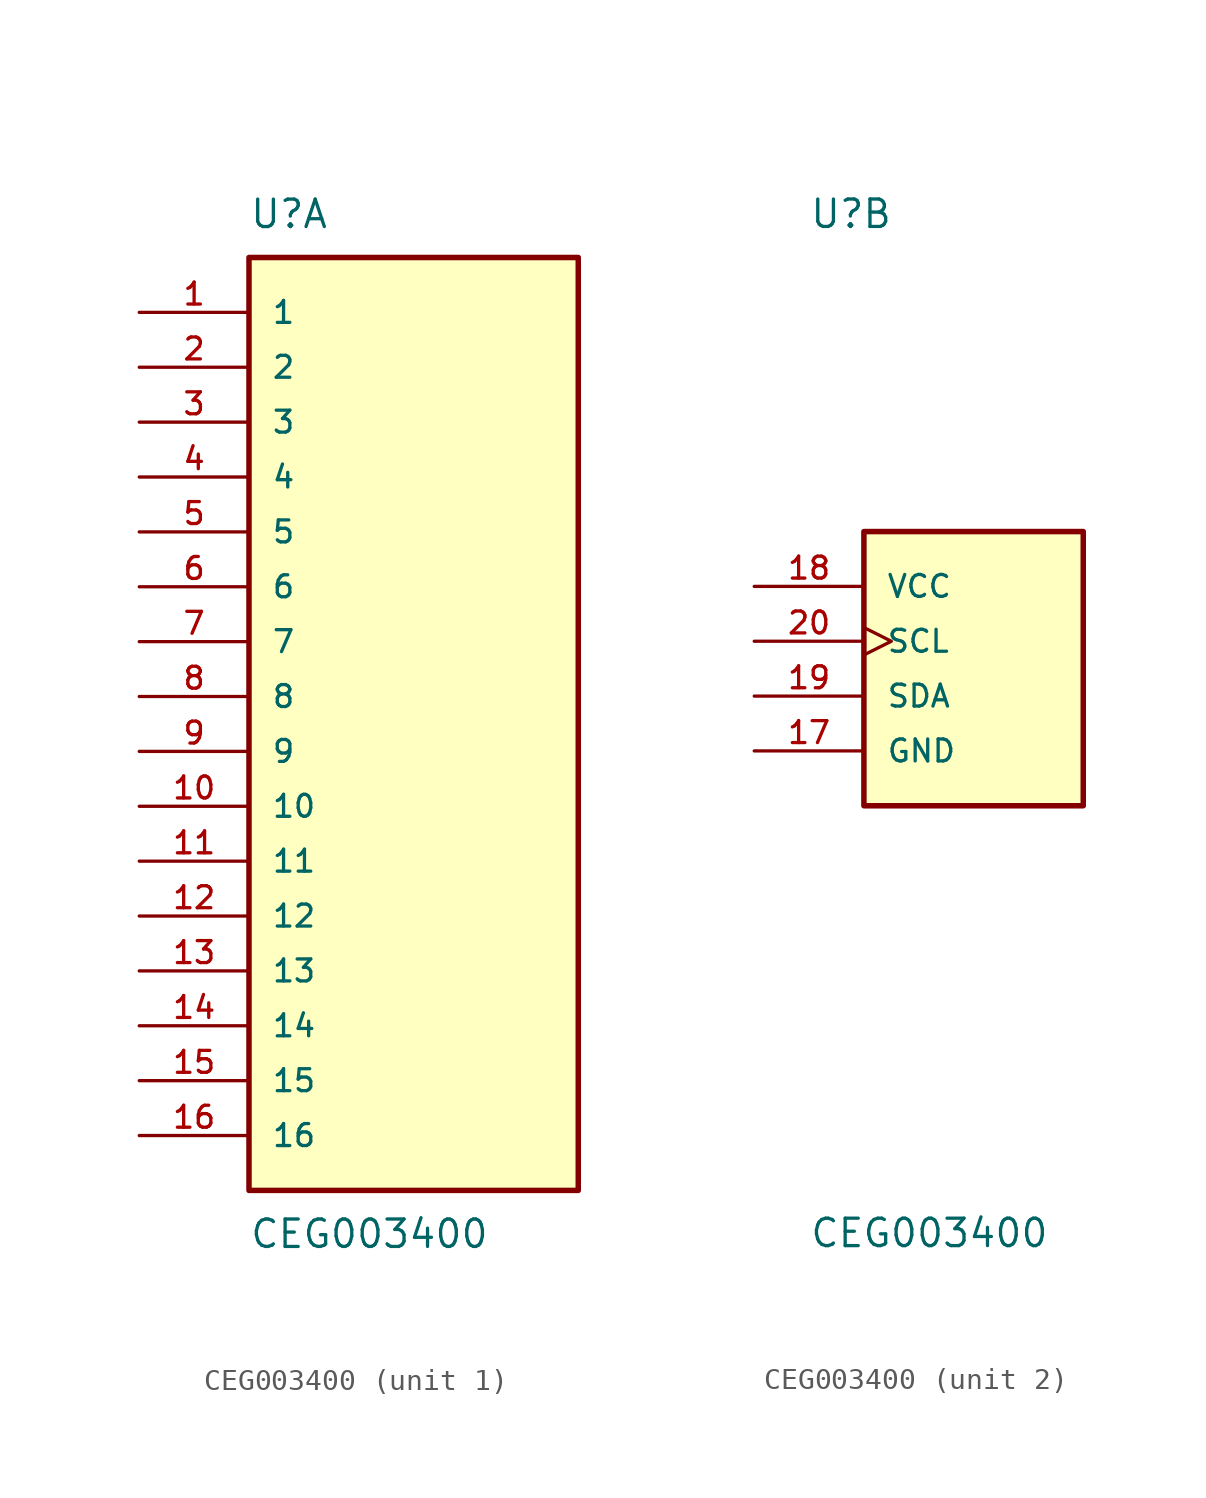
<source format=kicad_sym>
(kicad_symbol_lib
  (version 20211014)
  (generator kicad_symbol_editor)
  (symbol "CEG003400"
    (pin_names
      (offset 1.016))
    (property "Reference" "U"
      (at -7.62 21.59 0)
      (effects (font (size 1.27 1.27)) (justify bottom left)))
    (property "Value" "CEG003400"
      (at -7.62 -24.13 0)
      (effects (font (size 1.27 1.27)) (justify top left)))
    (symbol "CEG003400_1_0"
      (rectangle (start -7.62 -22.86) (end 7.62 20.32) (stroke (width 0.254)) (fill (type background)))
      (pin passive line (at -12.7 17.78 0) (length 5.08) (name "1" (effects (font (size 1.016 1.016)))) (number "1" (effects (font (size 1.016 1.016)))))
      (pin passive line (at -12.7 15.24 0) (length 5.08) (name "2" (effects (font (size 1.016 1.016)))) (number "2" (effects (font (size 1.016 1.016)))))
      (pin passive line (at -12.7 12.7 0) (length 5.08) (name "3" (effects (font (size 1.016 1.016)))) (number "3" (effects (font (size 1.016 1.016)))))
      (pin passive line (at -12.7 10.16 0) (length 5.08) (name "4" (effects (font (size 1.016 1.016)))) (number "4" (effects (font (size 1.016 1.016)))))
      (pin passive line (at -12.7 7.62 0) (length 5.08) (name "5" (effects (font (size 1.016 1.016)))) (number "5" (effects (font (size 1.016 1.016)))))
      (pin passive line (at -12.7 5.08 0) (length 5.08) (name "6" (effects (font (size 1.016 1.016)))) (number "6" (effects (font (size 1.016 1.016)))))
      (pin passive line (at -12.7 2.54 0) (length 5.08) (name "7" (effects (font (size 1.016 1.016)))) (number "7" (effects (font (size 1.016 1.016)))))
      (pin passive line (at -12.7 0.0 0) (length 5.08) (name "8" (effects (font (size 1.016 1.016)))) (number "8" (effects (font (size 1.016 1.016)))))
      (pin passive line (at -12.7 -2.54 0) (length 5.08) (name "9" (effects (font (size 1.016 1.016)))) (number "9" (effects (font (size 1.016 1.016)))))
      (pin passive line (at -12.7 -5.08 0) (length 5.08) (name "10" (effects (font (size 1.016 1.016)))) (number "10" (effects (font (size 1.016 1.016)))))
      (pin passive line (at -12.7 -7.62 0) (length 5.08) (name "11" (effects (font (size 1.016 1.016)))) (number "11" (effects (font (size 1.016 1.016)))))
      (pin passive line (at -12.7 -10.16 0) (length 5.08) (name "12" (effects (font (size 1.016 1.016)))) (number "12" (effects (font (size 1.016 1.016)))))
      (pin passive line (at -12.7 -12.7 0) (length 5.08) (name "13" (effects (font (size 1.016 1.016)))) (number "13" (effects (font (size 1.016 1.016)))))
      (pin passive line (at -12.7 -15.24 0) (length 5.08) (name "14" (effects (font (size 1.016 1.016)))) (number "14" (effects (font (size 1.016 1.016)))))
      (pin passive line (at -12.7 -17.78 0) (length 5.08) (name "15" (effects (font (size 1.016 1.016)))) (number "15" (effects (font (size 1.016 1.016)))))
      (pin passive line (at -12.7 -20.32 0) (length 5.08) (name "16" (effects (font (size 1.016 1.016)))) (number "16" (effects (font (size 1.016 1.016))))))
    (symbol "CEG003400_2_0"
      (rectangle (start -5.08 -5.08) (end 5.08 7.62) (stroke (width 0.254)) (fill (type background)))
      (pin power_in line (at -10.16 5.08 0) (length 5.08) (name "VCC" (effects (font (size 1.016 1.016)))) (number "18" (effects (font (size 1.016 1.016)))))
      (pin passive clock (at -10.16 2.54 0) (length 5.08) (name "SCL" (effects (font (size 1.016 1.016)))) (number "20" (effects (font (size 1.016 1.016)))))
      (pin passive line (at -10.16 0.0 0) (length 5.08) (name "SDA" (effects (font (size 1.016 1.016)))) (number "19" (effects (font (size 1.016 1.016)))))
      (pin power_in line (at -10.16 -2.54 0) (length 5.08) (name "GND" (effects (font (size 1.016 1.016)))) (number "17" (effects (font (size 1.016 1.016))))))))
</source>
